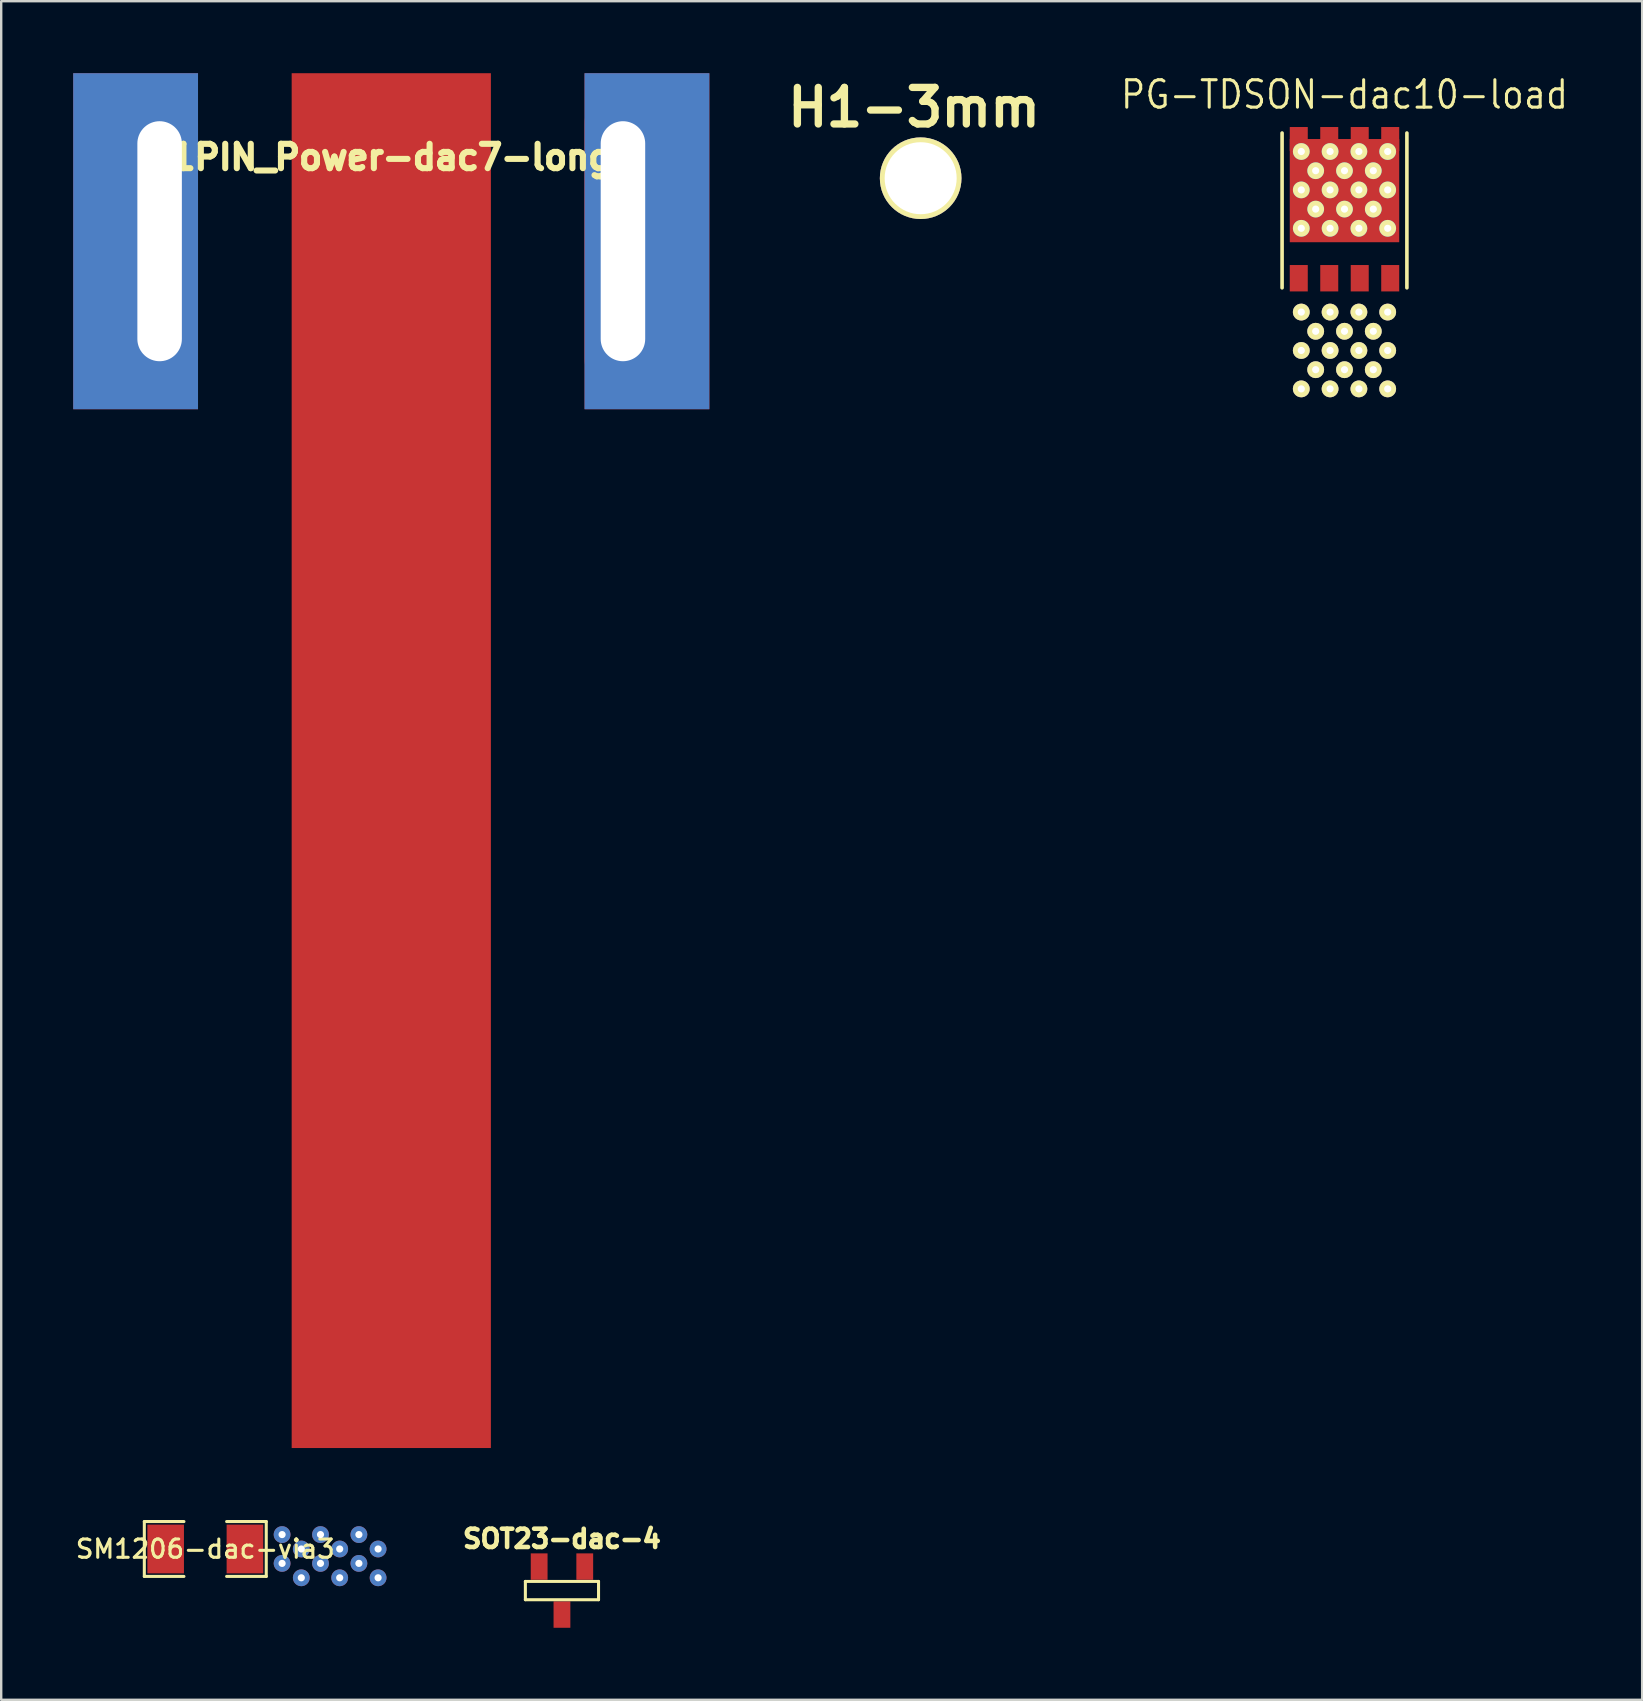
<source format=kicad_pcb>
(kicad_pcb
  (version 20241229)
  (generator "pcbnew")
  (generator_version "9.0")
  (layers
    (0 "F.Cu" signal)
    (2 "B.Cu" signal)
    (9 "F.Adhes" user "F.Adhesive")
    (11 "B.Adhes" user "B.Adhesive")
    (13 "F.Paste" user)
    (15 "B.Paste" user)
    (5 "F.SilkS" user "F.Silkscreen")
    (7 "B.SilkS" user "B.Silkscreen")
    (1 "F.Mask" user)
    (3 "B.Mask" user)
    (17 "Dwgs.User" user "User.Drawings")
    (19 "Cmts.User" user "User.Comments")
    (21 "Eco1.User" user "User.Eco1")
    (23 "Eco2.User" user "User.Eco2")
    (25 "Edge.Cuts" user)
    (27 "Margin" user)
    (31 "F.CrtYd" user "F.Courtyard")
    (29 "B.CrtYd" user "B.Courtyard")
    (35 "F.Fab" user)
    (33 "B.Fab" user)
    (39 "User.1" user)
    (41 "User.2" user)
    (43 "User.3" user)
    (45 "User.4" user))
  (footprint "PG-TDSON-dac10-load"
    (layer "F.Cu")
    (at 52.966 7.242)
    (property "Reference" "PG-TDSON-dac10-load" (at 0 -6.35 0) (layer "F.SilkS") (effects (font (size 1.143 1.016) (thickness 0.127))))
    (attr smd)
    (fp_line (start -2.6 -4.75) (end -2.6 1.7) (stroke (width 0.15) (type solid)) (layer "F.SilkS"))
    (fp_line (start 2.6 -4.75) (end 2.6 1.7) (stroke (width 0.15) (type solid)) (layer "F.SilkS"))
    (pad "D" smd rect (at -1.905 -4.5) (size 0.75 1) (layers "F.Cu" "F.Mask" "F.Paste"))
    (pad "D" thru_hole circle (at -1.8 -3.98) (size 0.7 0.7) (drill 0.3) (layers "*.Cu" "*.Mask" "F.SilkS"))
    (pad "D" thru_hole circle (at -1.8 -2.38) (size 0.7 0.7) (drill 0.3) (layers "*.Cu" "*.Mask" "F.SilkS"))
    (pad "D" thru_hole circle (at -1.8 -0.78) (size 0.7 0.7) (drill 0.3) (layers "*.Cu" "*.Mask" "F.SilkS"))
    (pad "D" thru_hole circle (at -1.2 -3.18) (size 0.7 0.7) (drill 0.3) (layers "*.Cu" "*.Mask" "F.SilkS"))
    (pad "D" thru_hole circle (at -1.2 -1.58) (size 0.7 0.7) (drill 0.3) (layers "*.Cu" "*.Mask" "F.SilkS"))
    (pad "D" smd rect (at -1.15 -3) (size 1.8 1.5) (layers "F.Cu" "F.Paste"))
    (pad "D" smd rect (at -1.15 -1.175) (size 1.8 1.5) (layers "F.Cu" "F.Paste"))
    (pad "D" smd rect (at -0.635 -4.5) (size 0.75 1) (layers "F.Cu" "F.Mask" "F.Paste"))
    (pad "D" thru_hole circle (at -0.6 -3.98) (size 0.7 0.7) (drill 0.3) (layers "*.Cu" "*.Mask" "F.SilkS"))
    (pad "D" thru_hole circle (at -0.6 -2.38) (size 0.7 0.7) (drill 0.3) (layers "*.Cu" "*.Mask" "F.SilkS"))
    (pad "D" thru_hole circle (at -0.6 -0.78) (size 0.7 0.7) (drill 0.3) (layers "*.Cu" "*.Mask" "F.SilkS"))
    (pad "D" thru_hole circle (at 0 -3.18) (size 0.7 0.7) (drill 0.3) (layers "*.Cu" "*.Mask" "F.SilkS"))
    (pad "D" smd rect (at 0 -2.35) (size 4.56 4.3) (layers "F.Cu" "F.Mask"))
    (pad "D" thru_hole circle (at 0 -1.58) (size 0.7 0.7) (drill 0.3) (layers "*.Cu" "*.Mask" "F.SilkS"))
    (pad "D" thru_hole circle (at 0.6 -3.98) (size 0.7 0.7) (drill 0.3) (layers "*.Cu" "*.Mask" "F.SilkS"))
    (pad "D" thru_hole circle (at 0.6 -2.38) (size 0.7 0.7) (drill 0.3) (layers "*.Cu" "*.Mask" "F.SilkS"))
    (pad "D" thru_hole circle (at 0.6 -0.78) (size 0.7 0.7) (drill 0.3) (layers "*.Cu" "*.Mask" "F.SilkS"))
    (pad "D" smd rect (at 0.635 -4.5) (size 0.75 1) (layers "F.Cu" "F.Mask" "F.Paste"))
    (pad "D" smd rect (at 1.15 -3) (size 1.8 1.5) (layers "F.Cu" "F.Paste"))
    (pad "D" smd rect (at 1.15 -1.175) (size 1.8 1.5) (layers "F.Cu" "F.Paste"))
    (pad "D" thru_hole circle (at 1.2 -3.18) (size 0.7 0.7) (drill 0.3) (layers "*.Cu" "*.Mask" "F.SilkS"))
    (pad "D" thru_hole circle (at 1.2 -1.58) (size 0.7 0.7) (drill 0.3) (layers "*.Cu" "*.Mask" "F.SilkS"))
    (pad "D" thru_hole circle (at 1.8 -3.98) (size 0.7 0.7) (drill 0.3) (layers "*.Cu" "*.Mask" "F.SilkS"))
    (pad "D" thru_hole circle (at 1.8 -2.38) (size 0.7 0.7) (drill 0.3) (layers "*.Cu" "*.Mask" "F.SilkS"))
    (pad "D" thru_hole circle (at 1.8 -0.78) (size 0.7 0.7) (drill 0.3) (layers "*.Cu" "*.Mask" "F.SilkS"))
    (pad "D" smd rect (at 1.905 -4.5) (size 0.75 1) (layers "F.Cu" "F.Mask" "F.Paste"))
    (pad "G" smd rect (at 1.905 1.3) (size 0.75 1.1) (layers "F.Cu" "F.Mask" "F.Paste"))
    (pad "S" smd rect (at -1.905 1.3) (size 0.75 1.1) (layers "F.Cu" "F.Mask" "F.Paste"))
    (pad "S" thru_hole circle (at -1.8 2.71) (size 0.7 0.7) (drill 0.3) (layers "*.Cu" "*.Mask" "F.SilkS"))
    (pad "S" thru_hole circle (at -1.8 4.31) (size 0.7 0.7) (drill 0.3) (layers "*.Cu" "*.Mask" "F.SilkS"))
    (pad "S" thru_hole circle (at -1.8 5.91) (size 0.7 0.7) (drill 0.3) (layers "*.Cu" "*.Mask" "F.SilkS"))
    (pad "S" thru_hole circle (at -1.2 3.51) (size 0.7 0.7) (drill 0.3) (layers "*.Cu" "*.Mask" "F.SilkS"))
    (pad "S" thru_hole circle (at -1.2 5.11) (size 0.7 0.7) (drill 0.3) (layers "*.Cu" "*.Mask" "F.SilkS"))
    (pad "S" smd rect (at -0.635 1.3) (size 0.75 1.1) (layers "F.Cu" "F.Mask" "F.Paste"))
    (pad "S" thru_hole circle (at -0.6 2.71) (size 0.7 0.7) (drill 0.3) (layers "*.Cu" "*.Mask" "F.SilkS"))
    (pad "S" thru_hole circle (at -0.6 4.31) (size 0.7 0.7) (drill 0.3) (layers "*.Cu" "*.Mask" "F.SilkS"))
    (pad "S" thru_hole circle (at -0.6 5.91) (size 0.7 0.7) (drill 0.3) (layers "*.Cu" "*.Mask" "F.SilkS"))
    (pad "S" thru_hole circle (at 0 3.51) (size 0.7 0.7) (drill 0.3) (layers "*.Cu" "*.Mask" "F.SilkS"))
    (pad "S" thru_hole circle (at 0 5.11) (size 0.7 0.7) (drill 0.3) (layers "*.Cu" "*.Mask" "F.SilkS"))
    (pad "S" thru_hole circle (at 0.6 2.71) (size 0.7 0.7) (drill 0.3) (layers "*.Cu" "*.Mask" "F.SilkS"))
    (pad "S" thru_hole circle (at 0.6 4.31) (size 0.7 0.7) (drill 0.3) (layers "*.Cu" "*.Mask" "F.SilkS"))
    (pad "S" thru_hole circle (at 0.6 5.91) (size 0.7 0.7) (drill 0.3) (layers "*.Cu" "*.Mask" "F.SilkS"))
    (pad "S" smd rect (at 0.635 1.3) (size 0.75 1.1) (layers "F.Cu" "F.Mask" "F.Paste"))
    (pad "S" thru_hole circle (at 1.2 3.51) (size 0.7 0.7) (drill 0.3) (layers "*.Cu" "*.Mask" "F.SilkS"))
    (pad "S" thru_hole circle (at 1.2 5.11) (size 0.7 0.7) (drill 0.3) (layers "*.Cu" "*.Mask" "F.SilkS"))
    (pad "S" thru_hole circle (at 1.8 2.71) (size 0.7 0.7) (drill 0.3) (layers "*.Cu" "*.Mask" "F.SilkS"))
    (pad "S" thru_hole circle (at 1.8 4.31) (size 0.7 0.7) (drill 0.3) (layers "*.Cu" "*.Mask" "F.SilkS"))
    (pad "S" thru_hole circle (at 1.8 5.91) (size 0.7 0.7) (drill 0.3) (layers "*.Cu" "*.Mask" "F.SilkS")))
  (footprint "H1-3mm"
    (layer "F.Cu")
    (at 35.308 4.375)
    (property "Reference" "H1-3mm" (at -0.274 -2.949 0) (layer "F.SilkS") (effects (font (size 1.524 1.524) (thickness 0.305))))
    (attr through_hole)
    (pad "" thru_hole circle (at 0 0) (size 3.4 3.4) (drill 3) (layers "*.Cu" "*.Mask" "F.SilkS")))
  (footprint "1PIN_Power-dac7-long"
    (layer "F.Cu")
    (at 13.252 7)
    (property "Reference" "1PIN_Power-dac7-long" (at 0 -3.5 0) (layer "F.SilkS") (effects (font (size 1.016 1.016) (thickness 0.254))))
    (attr through_hole)
    (pad "1" smd oval (at -9.652 0) (size 3.2 13) (layers "F.Cu" "F.Mask"))
    (pad "1" thru_hole rect (at -9.652 0) (size 5.2 14) (drill oval 1.854 10 (offset -1 0)) (layers "F.Cu"))
    (pad "1" smd oval (at 9.652 0) (size 3.2 13) (layers "F.Cu" "F.Mask"))
    (pad "1" thru_hole rect (at 9.652 0) (size 5.2 14) (drill oval 1.854 10 (offset 1 0)) (layers "F.Cu"))
    (pad "2" smd rect (at 0 0) (size 8.3 57.28) (drill (offset 0 21.64)) (layers "F.Cu")))
  (footprint "SM1206-dac-via3"
    (layer "F.Cu")
    (at 5.503 61.486)
    (property "Reference" "SM1206-dac-via3" (at 0 0 0) (layer "F.SilkS") (effects (font (size 0.762 0.762) (thickness 0.127))))
    (attr smd)
    (fp_line (start -2.54 -1.143) (end -2.54 1.143) (stroke (width 0.127) (type solid)) (layer "F.SilkS"))
    (fp_line (start -2.54 1.143) (end -0.889 1.143) (stroke (width 0.127) (type solid)) (layer "F.SilkS"))
    (fp_line (start -0.889 -1.143) (end -2.54 -1.143) (stroke (width 0.127) (type solid)) (layer "F.SilkS"))
    (fp_line (start 0.889 -1.143) (end 2.54 -1.143) (stroke (width 0.127) (type solid)) (layer "F.SilkS"))
    (fp_line (start 2.54 -1.143) (end 2.54 1.143) (stroke (width 0.127) (type solid)) (layer "F.SilkS"))
    (fp_line (start 2.54 1.143) (end 0.889 1.143) (stroke (width 0.127) (type solid)) (layer "F.SilkS"))
    (pad "1" smd rect (at -1.651 0) (size 1.524 2.032) (layers "F.Cu" "F.Mask" "F.Paste"))
    (pad "2" smd rect (at 1.651 0) (size 1.524 2.032) (layers "F.Cu" "F.Mask" "F.Paste"))
    (pad "2" thru_hole circle (at 3.2 -0.6) (size 0.7 0.7) (drill 0.3) (layers "*.Cu"))
    (pad "2" thru_hole circle (at 3.2 0.6) (size 0.7 0.7) (drill 0.3) (layers "*.Cu"))
    (pad "2" thru_hole circle (at 4 0) (size 0.7 0.7) (drill 0.3) (layers "*.Cu"))
    (pad "2" thru_hole circle (at 4 1.2) (size 0.7 0.7) (drill 0.3) (layers "*.Cu"))
    (pad "2" thru_hole circle (at 4.8 -0.6) (size 0.7 0.7) (drill 0.3) (layers "*.Cu"))
    (pad "2" thru_hole circle (at 4.8 0.6) (size 0.7 0.7) (drill 0.3) (layers "*.Cu"))
    (pad "2" thru_hole circle (at 5.6 0) (size 0.7 0.7) (drill 0.3) (layers "*.Cu"))
    (pad "2" thru_hole circle (at 5.6 1.2) (size 0.7 0.7) (drill 0.3) (layers "*.Cu"))
    (pad "2" thru_hole circle (at 6.4 -0.6) (size 0.7 0.7) (drill 0.3) (layers "*.Cu"))
    (pad "2" thru_hole circle (at 6.4 0.6) (size 0.7 0.7) (drill 0.3) (layers "*.Cu"))
    (pad "2" thru_hole circle (at 7.2 0) (size 0.7 0.7) (drill 0.3) (layers "*.Cu"))
    (pad "2" thru_hole circle (at 7.2 1.2) (size 0.7 0.7) (drill 0.3) (layers "*.Cu")))
  (footprint "SOT23-dac-4"
    (layer "F.Cu")
    (at 20.363 63.219)
    (property "Reference" "SOT23-dac-4" (at 0 -2.159 0) (layer "F.SilkS") (effects (font (size 0.762 0.762) (thickness 0.191))))
    (attr smd)
    (fp_line (start -1.524 -0.381) (end 1.524 -0.381) (stroke (width 0.127) (type solid)) (layer "F.SilkS"))
    (fp_line (start -1.524 0.381) (end -1.524 -0.381) (stroke (width 0.127) (type solid)) (layer "F.SilkS"))
    (fp_line (start 1.524 -0.381) (end 1.524 0.381) (stroke (width 0.127) (type solid)) (layer "F.SilkS"))
    (fp_line (start 1.524 0.381) (end -1.524 0.381) (stroke (width 0.127) (type solid)) (layer "F.SilkS"))
    (pad "D" smd rect (at 0 1) (size 0.7 1.1) (layers "F.Cu" "F.Mask" "F.Paste"))
    (pad "G" smd rect (at 0.95 -1) (size 0.7 1.1) (layers "F.Cu" "F.Mask" "F.Paste"))
    (pad "S" smd rect (at -0.95 -1) (size 0.7 1.1) (layers "F.Cu" "F.Mask" "F.Paste")))
  (gr_rect
    (start -3 -3)
    (end 65.368 67.769)
    (stroke (width 0.1) (type default))
    (fill no)
    (layer "Edge.Cuts")))
</source>
